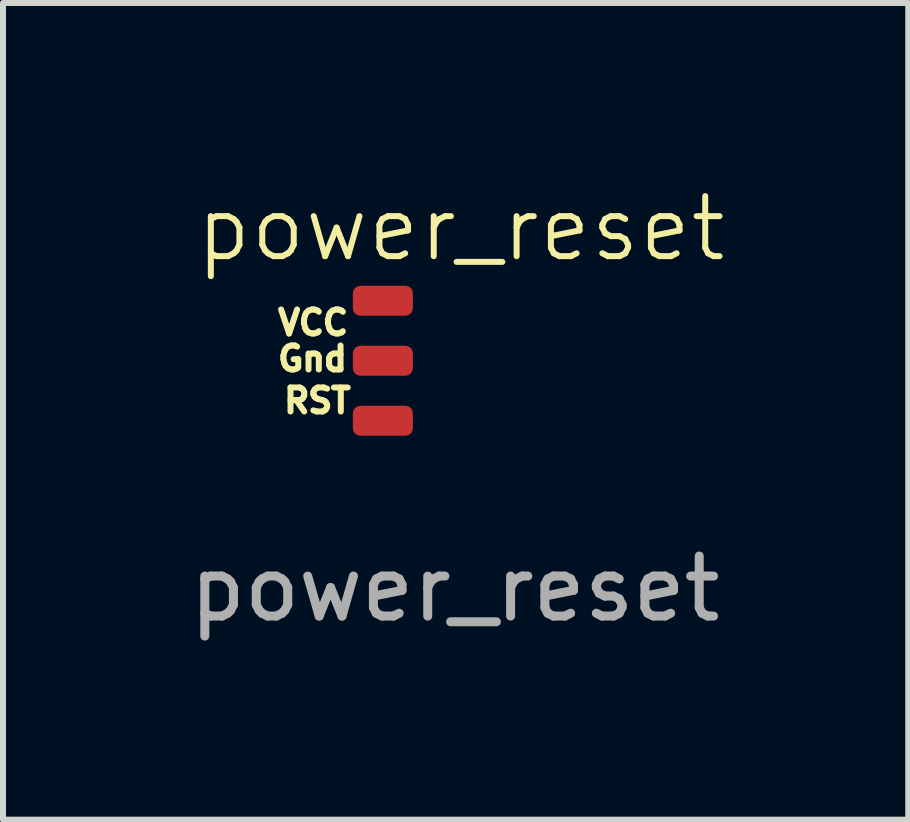
<source format=kicad_pcb>
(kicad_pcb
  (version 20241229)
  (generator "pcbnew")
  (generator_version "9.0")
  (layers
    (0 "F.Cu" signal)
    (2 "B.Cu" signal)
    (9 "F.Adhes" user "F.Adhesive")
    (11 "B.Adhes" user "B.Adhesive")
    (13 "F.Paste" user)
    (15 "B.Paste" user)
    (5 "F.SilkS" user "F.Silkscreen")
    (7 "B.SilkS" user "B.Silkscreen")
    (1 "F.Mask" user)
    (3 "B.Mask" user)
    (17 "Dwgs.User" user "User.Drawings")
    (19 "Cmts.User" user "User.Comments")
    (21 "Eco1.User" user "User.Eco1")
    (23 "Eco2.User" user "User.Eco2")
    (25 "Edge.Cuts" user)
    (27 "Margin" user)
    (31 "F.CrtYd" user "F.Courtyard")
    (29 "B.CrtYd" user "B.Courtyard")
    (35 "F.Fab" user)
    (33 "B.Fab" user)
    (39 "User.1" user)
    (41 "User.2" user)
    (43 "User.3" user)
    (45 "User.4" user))
  (footprint "power_reset"
    (layer "F.Cu")
    (at 4.53 4.261)
    (property "Reference" "power_reset" (at 0.1 -3.5 0) (unlocked yes) (layer "F.SilkS") (effects (font (size 1 1) (thickness 0.1))))
    (attr smd)
    (fp_text user "RST" (at -2.9 -0.4 0) (unlocked yes) (layer "F.SilkS") (effects (font (size 0.4 0.4) (thickness 0.1) (bold yes)) (justify left bottom)))
    (fp_text user "Gnd" (at -3 -1.1 0) (unlocked yes) (layer "F.SilkS") (effects (font (size 0.4 0.4) (thickness 0.1) (bold yes)) (justify left bottom)))
    (fp_text user "VCC" (at -3 -1.7 0) (unlocked yes) (layer "F.SilkS") (effects (font (size 0.4 0.4) (thickness 0.1) (bold yes)) (justify left bottom)))
    (fp_text user "${REFERENCE}" (at 0 2.5 0) (unlocked yes) (layer "F.Fab") (effects (font (size 1 1) (thickness 0.15))))
    (pad "1" smd roundrect (at -1.2 -0.3) (size 1 0.5) (layers "F.Cu" "F.Mask" "F.Paste") (roundrect_rratio 0.25))
    (pad "2" smd roundrect (at -1.2 -1.3) (size 1 0.5) (layers "F.Cu" "F.Mask" "F.Paste") (roundrect_rratio 0.25))
    (pad "3" smd roundrect (at -1.2 -2.3) (size 1 0.5) (layers "F.Cu" "F.Mask" "F.Paste") (roundrect_rratio 0.25)))
  (gr_rect
    (start -3 -3)
    (end 12.085 10.609)
    (stroke (width 0.1) (type default))
    (fill no)
    (layer "Edge.Cuts")))
</source>
